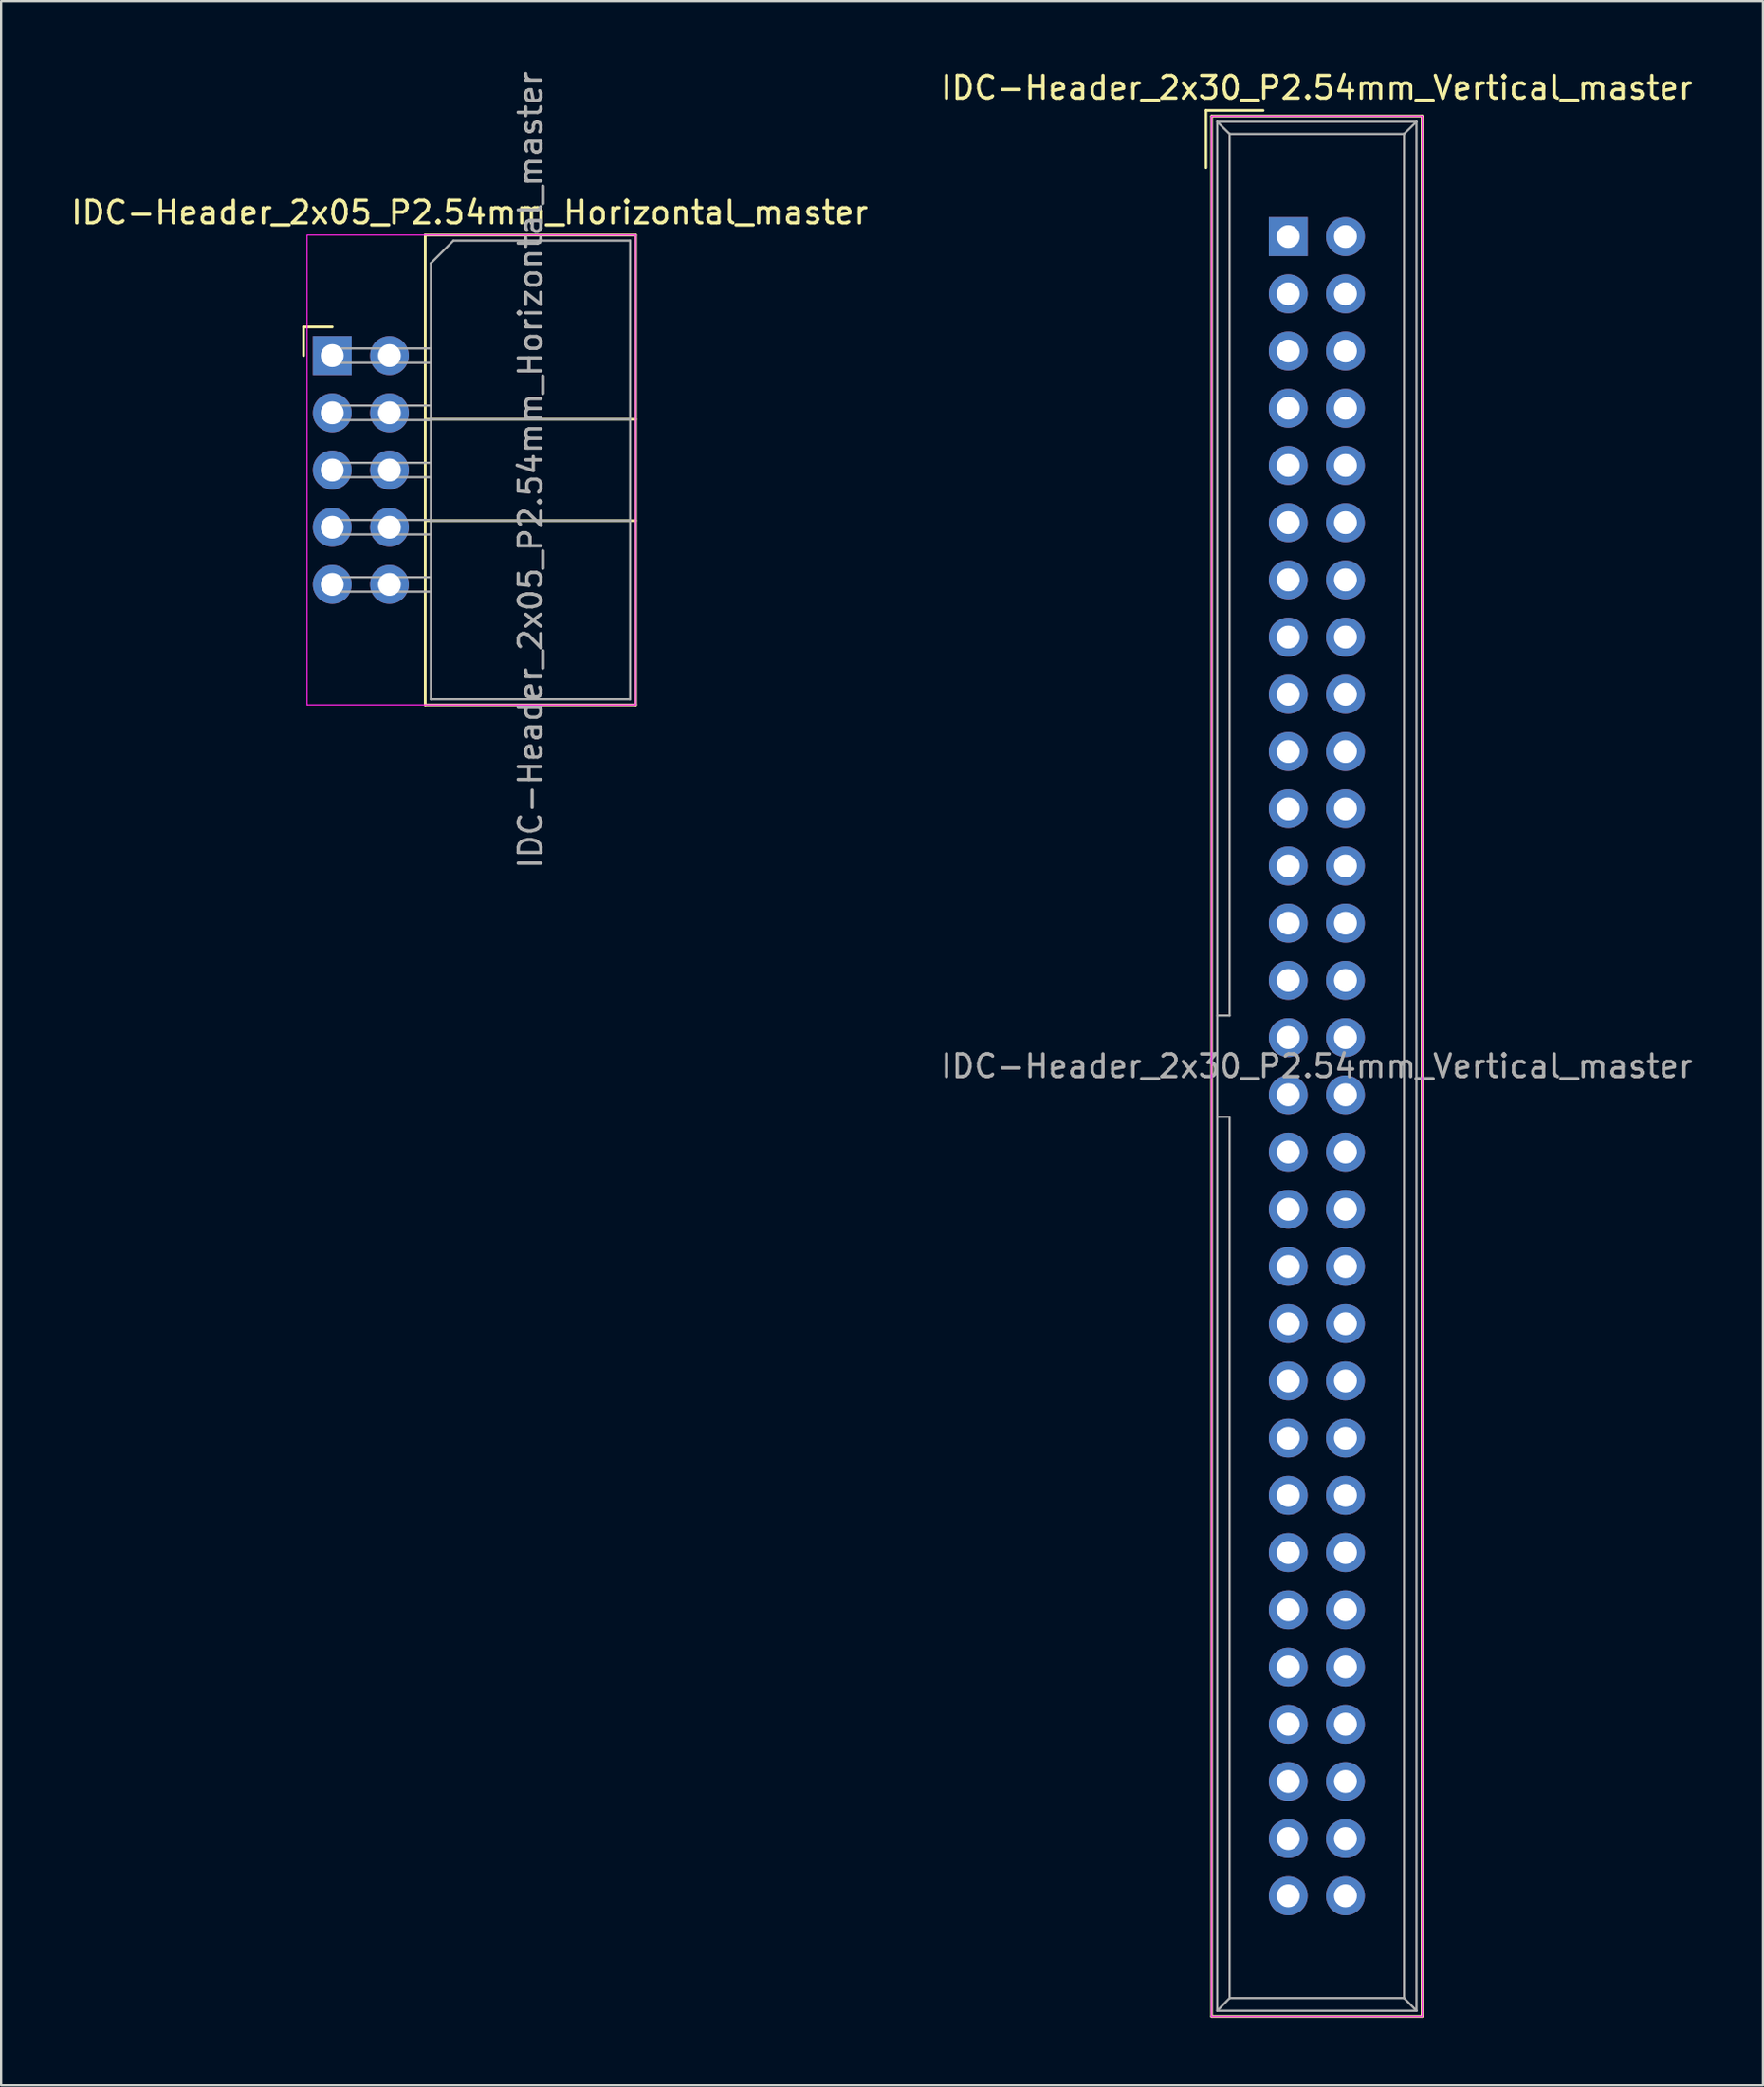
<source format=kicad_pcb>
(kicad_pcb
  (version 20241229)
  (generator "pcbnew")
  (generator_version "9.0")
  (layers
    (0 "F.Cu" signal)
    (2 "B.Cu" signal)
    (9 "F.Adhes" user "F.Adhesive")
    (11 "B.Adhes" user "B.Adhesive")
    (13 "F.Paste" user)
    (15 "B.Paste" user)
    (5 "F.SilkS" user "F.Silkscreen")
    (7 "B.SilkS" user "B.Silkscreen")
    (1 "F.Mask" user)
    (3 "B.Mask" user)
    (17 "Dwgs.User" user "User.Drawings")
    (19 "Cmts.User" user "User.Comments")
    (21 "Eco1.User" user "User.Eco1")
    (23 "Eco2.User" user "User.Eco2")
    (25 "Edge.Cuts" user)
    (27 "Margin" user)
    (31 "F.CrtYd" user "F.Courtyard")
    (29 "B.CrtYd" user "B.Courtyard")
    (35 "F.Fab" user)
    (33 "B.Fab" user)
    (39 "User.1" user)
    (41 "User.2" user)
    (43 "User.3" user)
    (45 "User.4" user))
  (footprint "IDC-Header_2x05_P2.54mm_Horizontal_master"
    (layer "F.Cu")
    (at 11.71 12.735)
    (property "Reference" "IDC-Header_2x05_P2.54mm_Horizontal_master" (at 6.105 -6.35 0) (layer "F.SilkS") (effects (font (size 1 1) (thickness 0.15))))
    (attr through_hole)
    (fp_line (start -1.27 -1.27) (end -1.27 0) (stroke (width 0.12) (type solid)) (layer "F.SilkS"))
    (fp_line (start 0 -1.27) (end -1.27 -1.27) (stroke (width 0.12) (type solid)) (layer "F.SilkS"))
    (fp_line (start 4.13 -5.35) (end 13.48 -5.35) (stroke (width 0.12) (type solid)) (layer "F.SilkS"))
    (fp_line (start 4.13 2.83) (end 13.48 2.83) (stroke (width 0.12) (type solid)) (layer "F.SilkS"))
    (fp_line (start 4.13 7.33) (end 13.48 7.33) (stroke (width 0.12) (type solid)) (layer "F.SilkS"))
    (fp_line (start 4.13 15.51) (end 4.13 -5.35) (stroke (width 0.12) (type solid)) (layer "F.SilkS"))
    (fp_line (start 4.13 15.51) (end 13.48 15.51) (stroke (width 0.12) (type solid)) (layer "F.SilkS"))
    (fp_line (start 13.48 -5.35) (end 13.48 15.51) (stroke (width 0.12) (type solid)) (layer "F.SilkS"))
    (fp_line (start -1.12 -5.35) (end 13.48 -5.35) (stroke (width 0.05) (type solid)) (layer "F.CrtYd"))
    (fp_line (start -1.12 15.51) (end -1.12 -5.35) (stroke (width 0.05) (type solid)) (layer "F.CrtYd"))
    (fp_line (start 13.48 -5.35) (end 13.48 15.51) (stroke (width 0.05) (type solid)) (layer "F.CrtYd"))
    (fp_line (start 13.48 15.51) (end -1.12 15.51) (stroke (width 0.05) (type solid)) (layer "F.CrtYd"))
    (fp_line (start -0.32 -0.32) (end -0.32 0.32) (stroke (width 0.1) (type solid)) (layer "F.Fab"))
    (fp_line (start -0.32 0.32) (end 4.38 0.32) (stroke (width 0.1) (type solid)) (layer "F.Fab"))
    (fp_line (start -0.32 2.22) (end -0.32 2.86) (stroke (width 0.1) (type solid)) (layer "F.Fab"))
    (fp_line (start -0.32 2.86) (end 4.38 2.86) (stroke (width 0.1) (type solid)) (layer "F.Fab"))
    (fp_line (start -0.32 4.76) (end -0.32 5.4) (stroke (width 0.1) (type solid)) (layer "F.Fab"))
    (fp_line (start -0.32 5.4) (end 4.38 5.4) (stroke (width 0.1) (type solid)) (layer "F.Fab"))
    (fp_line (start -0.32 7.3) (end -0.32 7.94) (stroke (width 0.1) (type solid)) (layer "F.Fab"))
    (fp_line (start -0.32 7.94) (end 4.38 7.94) (stroke (width 0.1) (type solid)) (layer "F.Fab"))
    (fp_line (start -0.32 9.84) (end -0.32 10.48) (stroke (width 0.1) (type solid)) (layer "F.Fab"))
    (fp_line (start -0.32 10.48) (end 4.38 10.48) (stroke (width 0.1) (type solid)) (layer "F.Fab"))
    (fp_line (start 4.38 -4.1) (end 5.38 -5.1) (stroke (width 0.1) (type solid)) (layer "F.Fab"))
    (fp_line (start 4.38 -0.32) (end -0.32 -0.32) (stroke (width 0.1) (type solid)) (layer "F.Fab"))
    (fp_line (start 4.38 2.22) (end -0.32 2.22) (stroke (width 0.1) (type solid)) (layer "F.Fab"))
    (fp_line (start 4.38 2.83) (end 13.23 2.83) (stroke (width 0.1) (type solid)) (layer "F.Fab"))
    (fp_line (start 4.38 4.76) (end -0.32 4.76) (stroke (width 0.1) (type solid)) (layer "F.Fab"))
    (fp_line (start 4.38 7.3) (end -0.32 7.3) (stroke (width 0.1) (type solid)) (layer "F.Fab"))
    (fp_line (start 4.38 7.33) (end 13.23 7.33) (stroke (width 0.1) (type solid)) (layer "F.Fab"))
    (fp_line (start 4.38 9.84) (end -0.32 9.84) (stroke (width 0.1) (type solid)) (layer "F.Fab"))
    (fp_line (start 4.38 15.26) (end 4.38 -4.1) (stroke (width 0.1) (type solid)) (layer "F.Fab"))
    (fp_line (start 4.38 15.26) (end 13.23 15.26) (stroke (width 0.1) (type solid)) (layer "F.Fab"))
    (fp_line (start 5.38 -5.1) (end 13.23 -5.1) (stroke (width 0.1) (type solid)) (layer "F.Fab"))
    (fp_line (start 13.23 15.26) (end 13.23 -5.1) (stroke (width 0.1) (type solid)) (layer "F.Fab"))
    (fp_text user "${REFERENCE}" (at 8.805 5.08 90) (layer "F.Fab") (effects (font (size 1 1) (thickness 0.15))))
    (pad "1" thru_hole rect (at 0 0) (size 1.727 1.727) (drill 1.016) (layers "*.Cu" "*.Mask"))
    (pad "2" thru_hole oval (at 2.54 0) (size 1.727 1.727) (drill 1.016) (layers "*.Cu" "*.Mask"))
    (pad "3" thru_hole oval (at 0 2.54) (size 1.727 1.727) (drill 1.016) (layers "*.Cu" "*.Mask"))
    (pad "4" thru_hole oval (at 2.54 2.54) (size 1.727 1.727) (drill 1.016) (layers "*.Cu" "*.Mask"))
    (pad "5" thru_hole oval (at 0 5.08) (size 1.727 1.727) (drill 1.016) (layers "*.Cu" "*.Mask"))
    (pad "6" thru_hole oval (at 2.54 5.08) (size 1.727 1.727) (drill 1.016) (layers "*.Cu" "*.Mask"))
    (pad "7" thru_hole oval (at 0 7.62) (size 1.727 1.727) (drill 1.016) (layers "*.Cu" "*.Mask"))
    (pad "8" thru_hole oval (at 2.54 7.62) (size 1.727 1.727) (drill 1.016) (layers "*.Cu" "*.Mask"))
    (pad "9" thru_hole oval (at 0 10.16) (size 1.727 1.727) (drill 1.016) (layers "*.Cu" "*.Mask"))
    (pad "10" thru_hole oval (at 2.54 10.16) (size 1.727 1.727) (drill 1.016) (layers "*.Cu" "*.Mask")))
  (footprint "IDC-Header_2x30_P2.54mm_Vertical_master"
    (layer "F.Cu")
    (at 54.176 7.452)
    (property "Reference" "IDC-Header_2x30_P2.54mm_Vertical_master" (at 1.27 -6.604 0) (layer "F.SilkS") (effects (font (size 1 1) (thickness 0.15))))
    (attr through_hole)
    (fp_line (start -3.655 -5.6) (end -3.655 -3.06) (stroke (width 0.12) (type solid)) (layer "F.SilkS"))
    (fp_line (start -3.655 -5.6) (end -1.115 -5.6) (stroke (width 0.12) (type solid)) (layer "F.SilkS"))
    (fp_line (start -3.405 -5.35) (end 5.945 -5.35) (stroke (width 0.12) (type solid)) (layer "F.SilkS"))
    (fp_line (start -3.405 79.01) (end -3.405 -5.35) (stroke (width 0.12) (type solid)) (layer "F.SilkS"))
    (fp_line (start 5.945 -5.35) (end 5.945 79.01) (stroke (width 0.12) (type solid)) (layer "F.SilkS"))
    (fp_line (start 5.945 79.01) (end -3.405 79.01) (stroke (width 0.12) (type solid)) (layer "F.SilkS"))
    (fp_line (start -3.41 -5.35) (end 5.95 -5.35) (stroke (width 0.05) (type solid)) (layer "F.CrtYd"))
    (fp_line (start -3.41 79.01) (end -3.41 -5.35) (stroke (width 0.05) (type solid)) (layer "F.CrtYd"))
    (fp_line (start 5.95 -5.35) (end 5.95 79.01) (stroke (width 0.05) (type solid)) (layer "F.CrtYd"))
    (fp_line (start 5.95 79.01) (end -3.41 79.01) (stroke (width 0.05) (type solid)) (layer "F.CrtYd"))
    (fp_line (start -3.155 -5.1) (end -3.155 78.76) (stroke (width 0.1) (type solid)) (layer "F.Fab"))
    (fp_line (start -3.155 -5.1) (end -2.605 -4.56) (stroke (width 0.1) (type solid)) (layer "F.Fab"))
    (fp_line (start -3.155 78.76) (end -2.605 78.2) (stroke (width 0.1) (type solid)) (layer "F.Fab"))
    (fp_line (start -2.605 -4.56) (end -2.605 34.58) (stroke (width 0.1) (type solid)) (layer "F.Fab"))
    (fp_line (start -2.605 34.58) (end -3.155 34.58) (stroke (width 0.1) (type solid)) (layer "F.Fab"))
    (fp_line (start -2.605 39.08) (end -3.155 39.08) (stroke (width 0.1) (type solid)) (layer "F.Fab"))
    (fp_line (start -2.605 39.08) (end -2.605 78.2) (stroke (width 0.1) (type solid)) (layer "F.Fab"))
    (fp_line (start 5.145 -4.56) (end -2.605 -4.56) (stroke (width 0.1) (type solid)) (layer "F.Fab"))
    (fp_line (start 5.145 -4.56) (end 5.145 78.2) (stroke (width 0.1) (type solid)) (layer "F.Fab"))
    (fp_line (start 5.145 78.2) (end -2.605 78.2) (stroke (width 0.1) (type solid)) (layer "F.Fab"))
    (fp_line (start 5.695 -5.1) (end -3.155 -5.1) (stroke (width 0.1) (type solid)) (layer "F.Fab"))
    (fp_line (start 5.695 -5.1) (end 5.145 -4.56) (stroke (width 0.1) (type solid)) (layer "F.Fab"))
    (fp_line (start 5.695 -5.1) (end 5.695 78.76) (stroke (width 0.1) (type solid)) (layer "F.Fab"))
    (fp_line (start 5.695 78.76) (end -3.155 78.76) (stroke (width 0.1) (type solid)) (layer "F.Fab"))
    (fp_line (start 5.695 78.76) (end 5.145 78.2) (stroke (width 0.1) (type solid)) (layer "F.Fab"))
    (fp_text user "${REFERENCE}" (at 1.27 36.83 0) (layer "F.Fab") (effects (font (size 1 1) (thickness 0.15))))
    (pad "1" thru_hole rect (at 0 0) (size 1.727 1.727) (drill 1.016) (layers "*.Cu" "*.Mask"))
    (pad "2" thru_hole oval (at 2.54 0) (size 1.727 1.727) (drill 1.016) (layers "*.Cu" "*.Mask"))
    (pad "3" thru_hole oval (at 0 2.54) (size 1.727 1.727) (drill 1.016) (layers "*.Cu" "*.Mask"))
    (pad "4" thru_hole oval (at 2.54 2.54) (size 1.727 1.727) (drill 1.016) (layers "*.Cu" "*.Mask"))
    (pad "5" thru_hole oval (at 0 5.08) (size 1.727 1.727) (drill 1.016) (layers "*.Cu" "*.Mask"))
    (pad "6" thru_hole oval (at 2.54 5.08) (size 1.727 1.727) (drill 1.016) (layers "*.Cu" "*.Mask"))
    (pad "7" thru_hole oval (at 0 7.62) (size 1.727 1.727) (drill 1.016) (layers "*.Cu" "*.Mask"))
    (pad "8" thru_hole oval (at 2.54 7.62) (size 1.727 1.727) (drill 1.016) (layers "*.Cu" "*.Mask"))
    (pad "9" thru_hole oval (at 0 10.16) (size 1.727 1.727) (drill 1.016) (layers "*.Cu" "*.Mask"))
    (pad "10" thru_hole oval (at 2.54 10.16) (size 1.727 1.727) (drill 1.016) (layers "*.Cu" "*.Mask"))
    (pad "11" thru_hole oval (at 0 12.7) (size 1.727 1.727) (drill 1.016) (layers "*.Cu" "*.Mask"))
    (pad "12" thru_hole oval (at 2.54 12.7) (size 1.727 1.727) (drill 1.016) (layers "*.Cu" "*.Mask"))
    (pad "13" thru_hole oval (at 0 15.24) (size 1.727 1.727) (drill 1.016) (layers "*.Cu" "*.Mask"))
    (pad "14" thru_hole oval (at 2.54 15.24) (size 1.727 1.727) (drill 1.016) (layers "*.Cu" "*.Mask"))
    (pad "15" thru_hole oval (at 0 17.78) (size 1.727 1.727) (drill 1.016) (layers "*.Cu" "*.Mask"))
    (pad "16" thru_hole oval (at 2.54 17.78) (size 1.727 1.727) (drill 1.016) (layers "*.Cu" "*.Mask"))
    (pad "17" thru_hole oval (at 0 20.32) (size 1.727 1.727) (drill 1.016) (layers "*.Cu" "*.Mask"))
    (pad "18" thru_hole oval (at 2.54 20.32) (size 1.727 1.727) (drill 1.016) (layers "*.Cu" "*.Mask"))
    (pad "19" thru_hole oval (at 0 22.86) (size 1.727 1.727) (drill 1.016) (layers "*.Cu" "*.Mask"))
    (pad "20" thru_hole oval (at 2.54 22.86) (size 1.727 1.727) (drill 1.016) (layers "*.Cu" "*.Mask"))
    (pad "21" thru_hole oval (at 0 25.4) (size 1.727 1.727) (drill 1.016) (layers "*.Cu" "*.Mask"))
    (pad "22" thru_hole oval (at 2.54 25.4) (size 1.727 1.727) (drill 1.016) (layers "*.Cu" "*.Mask"))
    (pad "23" thru_hole oval (at 0 27.94) (size 1.727 1.727) (drill 1.016) (layers "*.Cu" "*.Mask"))
    (pad "24" thru_hole oval (at 2.54 27.94) (size 1.727 1.727) (drill 1.016) (layers "*.Cu" "*.Mask"))
    (pad "25" thru_hole oval (at 0 30.48) (size 1.727 1.727) (drill 1.016) (layers "*.Cu" "*.Mask"))
    (pad "26" thru_hole oval (at 2.54 30.48) (size 1.727 1.727) (drill 1.016) (layers "*.Cu" "*.Mask"))
    (pad "27" thru_hole oval (at 0 33.02) (size 1.727 1.727) (drill 1.016) (layers "*.Cu" "*.Mask"))
    (pad "28" thru_hole oval (at 2.54 33.02) (size 1.727 1.727) (drill 1.016) (layers "*.Cu" "*.Mask"))
    (pad "29" thru_hole oval (at 0 35.56) (size 1.727 1.727) (drill 1.016) (layers "*.Cu" "*.Mask"))
    (pad "30" thru_hole oval (at 2.54 35.56) (size 1.727 1.727) (drill 1.016) (layers "*.Cu" "*.Mask"))
    (pad "31" thru_hole oval (at 0 38.1) (size 1.727 1.727) (drill 1.016) (layers "*.Cu" "*.Mask"))
    (pad "32" thru_hole oval (at 2.54 38.1) (size 1.727 1.727) (drill 1.016) (layers "*.Cu" "*.Mask"))
    (pad "33" thru_hole oval (at 0 40.64) (size 1.727 1.727) (drill 1.016) (layers "*.Cu" "*.Mask"))
    (pad "34" thru_hole oval (at 2.54 40.64) (size 1.727 1.727) (drill 1.016) (layers "*.Cu" "*.Mask"))
    (pad "35" thru_hole oval (at 0 43.18) (size 1.727 1.727) (drill 1.016) (layers "*.Cu" "*.Mask"))
    (pad "36" thru_hole oval (at 2.54 43.18) (size 1.727 1.727) (drill 1.016) (layers "*.Cu" "*.Mask"))
    (pad "37" thru_hole oval (at 0 45.72) (size 1.727 1.727) (drill 1.016) (layers "*.Cu" "*.Mask"))
    (pad "38" thru_hole oval (at 2.54 45.72) (size 1.727 1.727) (drill 1.016) (layers "*.Cu" "*.Mask"))
    (pad "39" thru_hole oval (at 0 48.26) (size 1.727 1.727) (drill 1.016) (layers "*.Cu" "*.Mask"))
    (pad "40" thru_hole oval (at 2.54 48.26) (size 1.727 1.727) (drill 1.016) (layers "*.Cu" "*.Mask"))
    (pad "41" thru_hole oval (at 0 50.8) (size 1.727 1.727) (drill 1.016) (layers "*.Cu" "*.Mask"))
    (pad "42" thru_hole oval (at 2.54 50.8) (size 1.727 1.727) (drill 1.016) (layers "*.Cu" "*.Mask"))
    (pad "43" thru_hole oval (at 0 53.34) (size 1.727 1.727) (drill 1.016) (layers "*.Cu" "*.Mask"))
    (pad "44" thru_hole oval (at 2.54 53.34) (size 1.727 1.727) (drill 1.016) (layers "*.Cu" "*.Mask"))
    (pad "45" thru_hole oval (at 0 55.88) (size 1.727 1.727) (drill 1.016) (layers "*.Cu" "*.Mask"))
    (pad "46" thru_hole oval (at 2.54 55.88) (size 1.727 1.727) (drill 1.016) (layers "*.Cu" "*.Mask"))
    (pad "47" thru_hole oval (at 0 58.42) (size 1.727 1.727) (drill 1.016) (layers "*.Cu" "*.Mask"))
    (pad "48" thru_hole oval (at 2.54 58.42) (size 1.727 1.727) (drill 1.016) (layers "*.Cu" "*.Mask"))
    (pad "49" thru_hole oval (at 0 60.96) (size 1.727 1.727) (drill 1.016) (layers "*.Cu" "*.Mask"))
    (pad "50" thru_hole oval (at 2.54 60.96) (size 1.727 1.727) (drill 1.016) (layers "*.Cu" "*.Mask"))
    (pad "51" thru_hole oval (at 0 63.5) (size 1.727 1.727) (drill 1.016) (layers "*.Cu" "*.Mask"))
    (pad "52" thru_hole oval (at 2.54 63.5) (size 1.727 1.727) (drill 1.016) (layers "*.Cu" "*.Mask"))
    (pad "53" thru_hole oval (at 0 66.04) (size 1.727 1.727) (drill 1.016) (layers "*.Cu" "*.Mask"))
    (pad "54" thru_hole oval (at 2.54 66.04) (size 1.727 1.727) (drill 1.016) (layers "*.Cu" "*.Mask"))
    (pad "55" thru_hole oval (at 0 68.58) (size 1.727 1.727) (drill 1.016) (layers "*.Cu" "*.Mask"))
    (pad "56" thru_hole oval (at 2.54 68.58) (size 1.727 1.727) (drill 1.016) (layers "*.Cu" "*.Mask"))
    (pad "57" thru_hole oval (at 0 71.12) (size 1.727 1.727) (drill 1.016) (layers "*.Cu" "*.Mask"))
    (pad "58" thru_hole oval (at 2.54 71.12) (size 1.727 1.727) (drill 1.016) (layers "*.Cu" "*.Mask"))
    (pad "59" thru_hole oval (at 0 73.66) (size 1.727 1.727) (drill 1.016) (layers "*.Cu" "*.Mask"))
    (pad "60" thru_hole oval (at 2.54 73.66) (size 1.727 1.727) (drill 1.016) (layers "*.Cu" "*.Mask")))
  (gr_rect
    (start -3 -3)
    (end 75.262 89.522)
    (stroke (width 0.1) (type default))
    (fill no)
    (layer "Edge.Cuts")))
</source>
